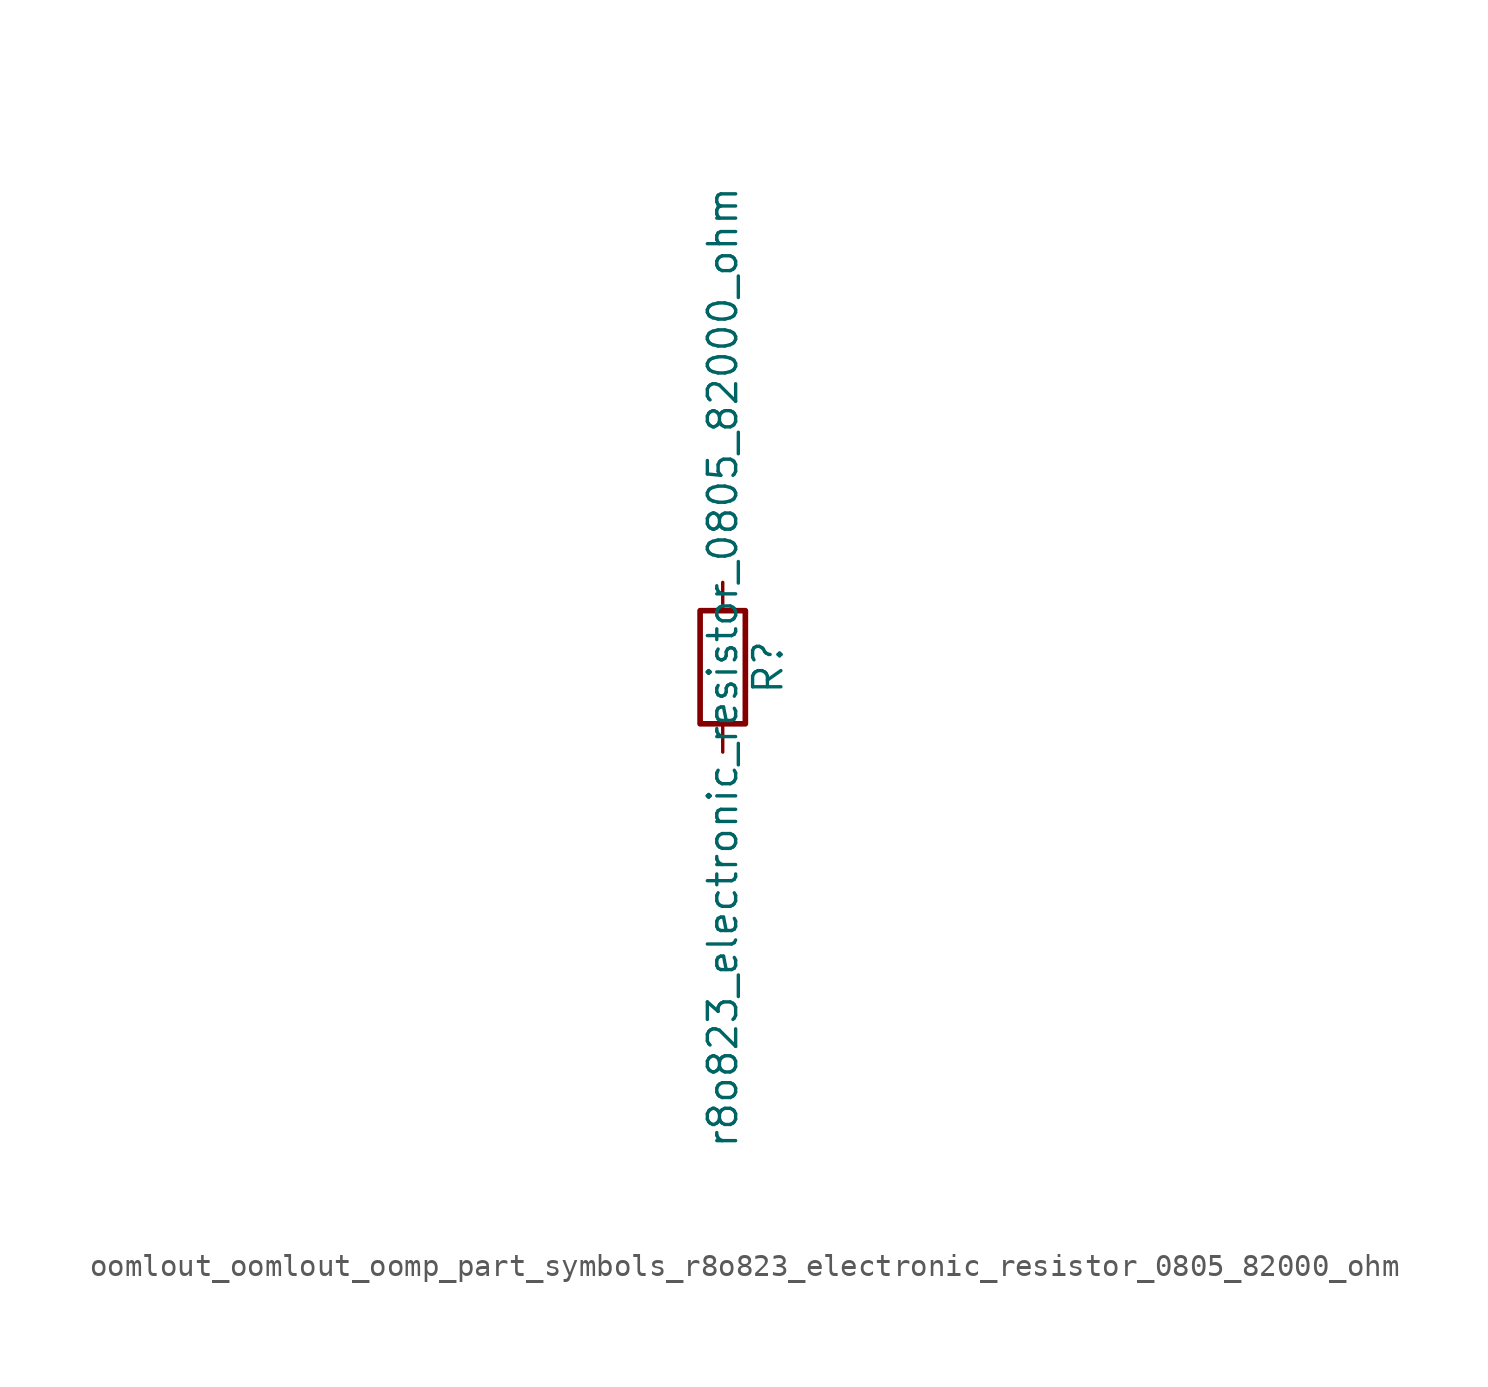
<source format=kicad_sym>
(kicad_symbol_lib
  (version 20220914)
  (generator kicad_symbol_editor)
  (symbol "oomlout_oomlout_oomp_part_symbols_r8o823_electronic_resistor_0805_82000_ohm"
    (pin_numbers hide)
    (pin_names
      (offset 0))
    (property "Reference" "R"
      (at 2.032 0 90)
      (effects (font (size 1.27 1.27))))
    (property "Value" "r8o823_electronic_resistor_0805_82000_ohm"
      (at 0 0 90)
      (effects (font (size 1.27 1.27))))
    (symbol "oomlout_oomlout_oomp_part_symbols_r8o823_electronic_resistor_0805_82000_ohm_0_1"
      (rectangle (start -1.016 -2.54) (end 1.016 2.54) (stroke (width 0.254) (type default)) (fill (type none))))
    (symbol "oomlout_oomlout_oomp_part_symbols_r8o823_electronic_resistor_0805_82000_ohm_1_1"
      (pin passive line (at 0 3.81 270) (length 1.27) (name "~" (effects (font (size 1.27 1.27)))) (number "1" (effects (font (size 1.27 1.27)))))
      (pin passive line (at 0 -3.81 90) (length 1.27) (name "~" (effects (font (size 1.27 1.27)))) (number "2" (effects (font (size 1.27 1.27))))))))
</source>
